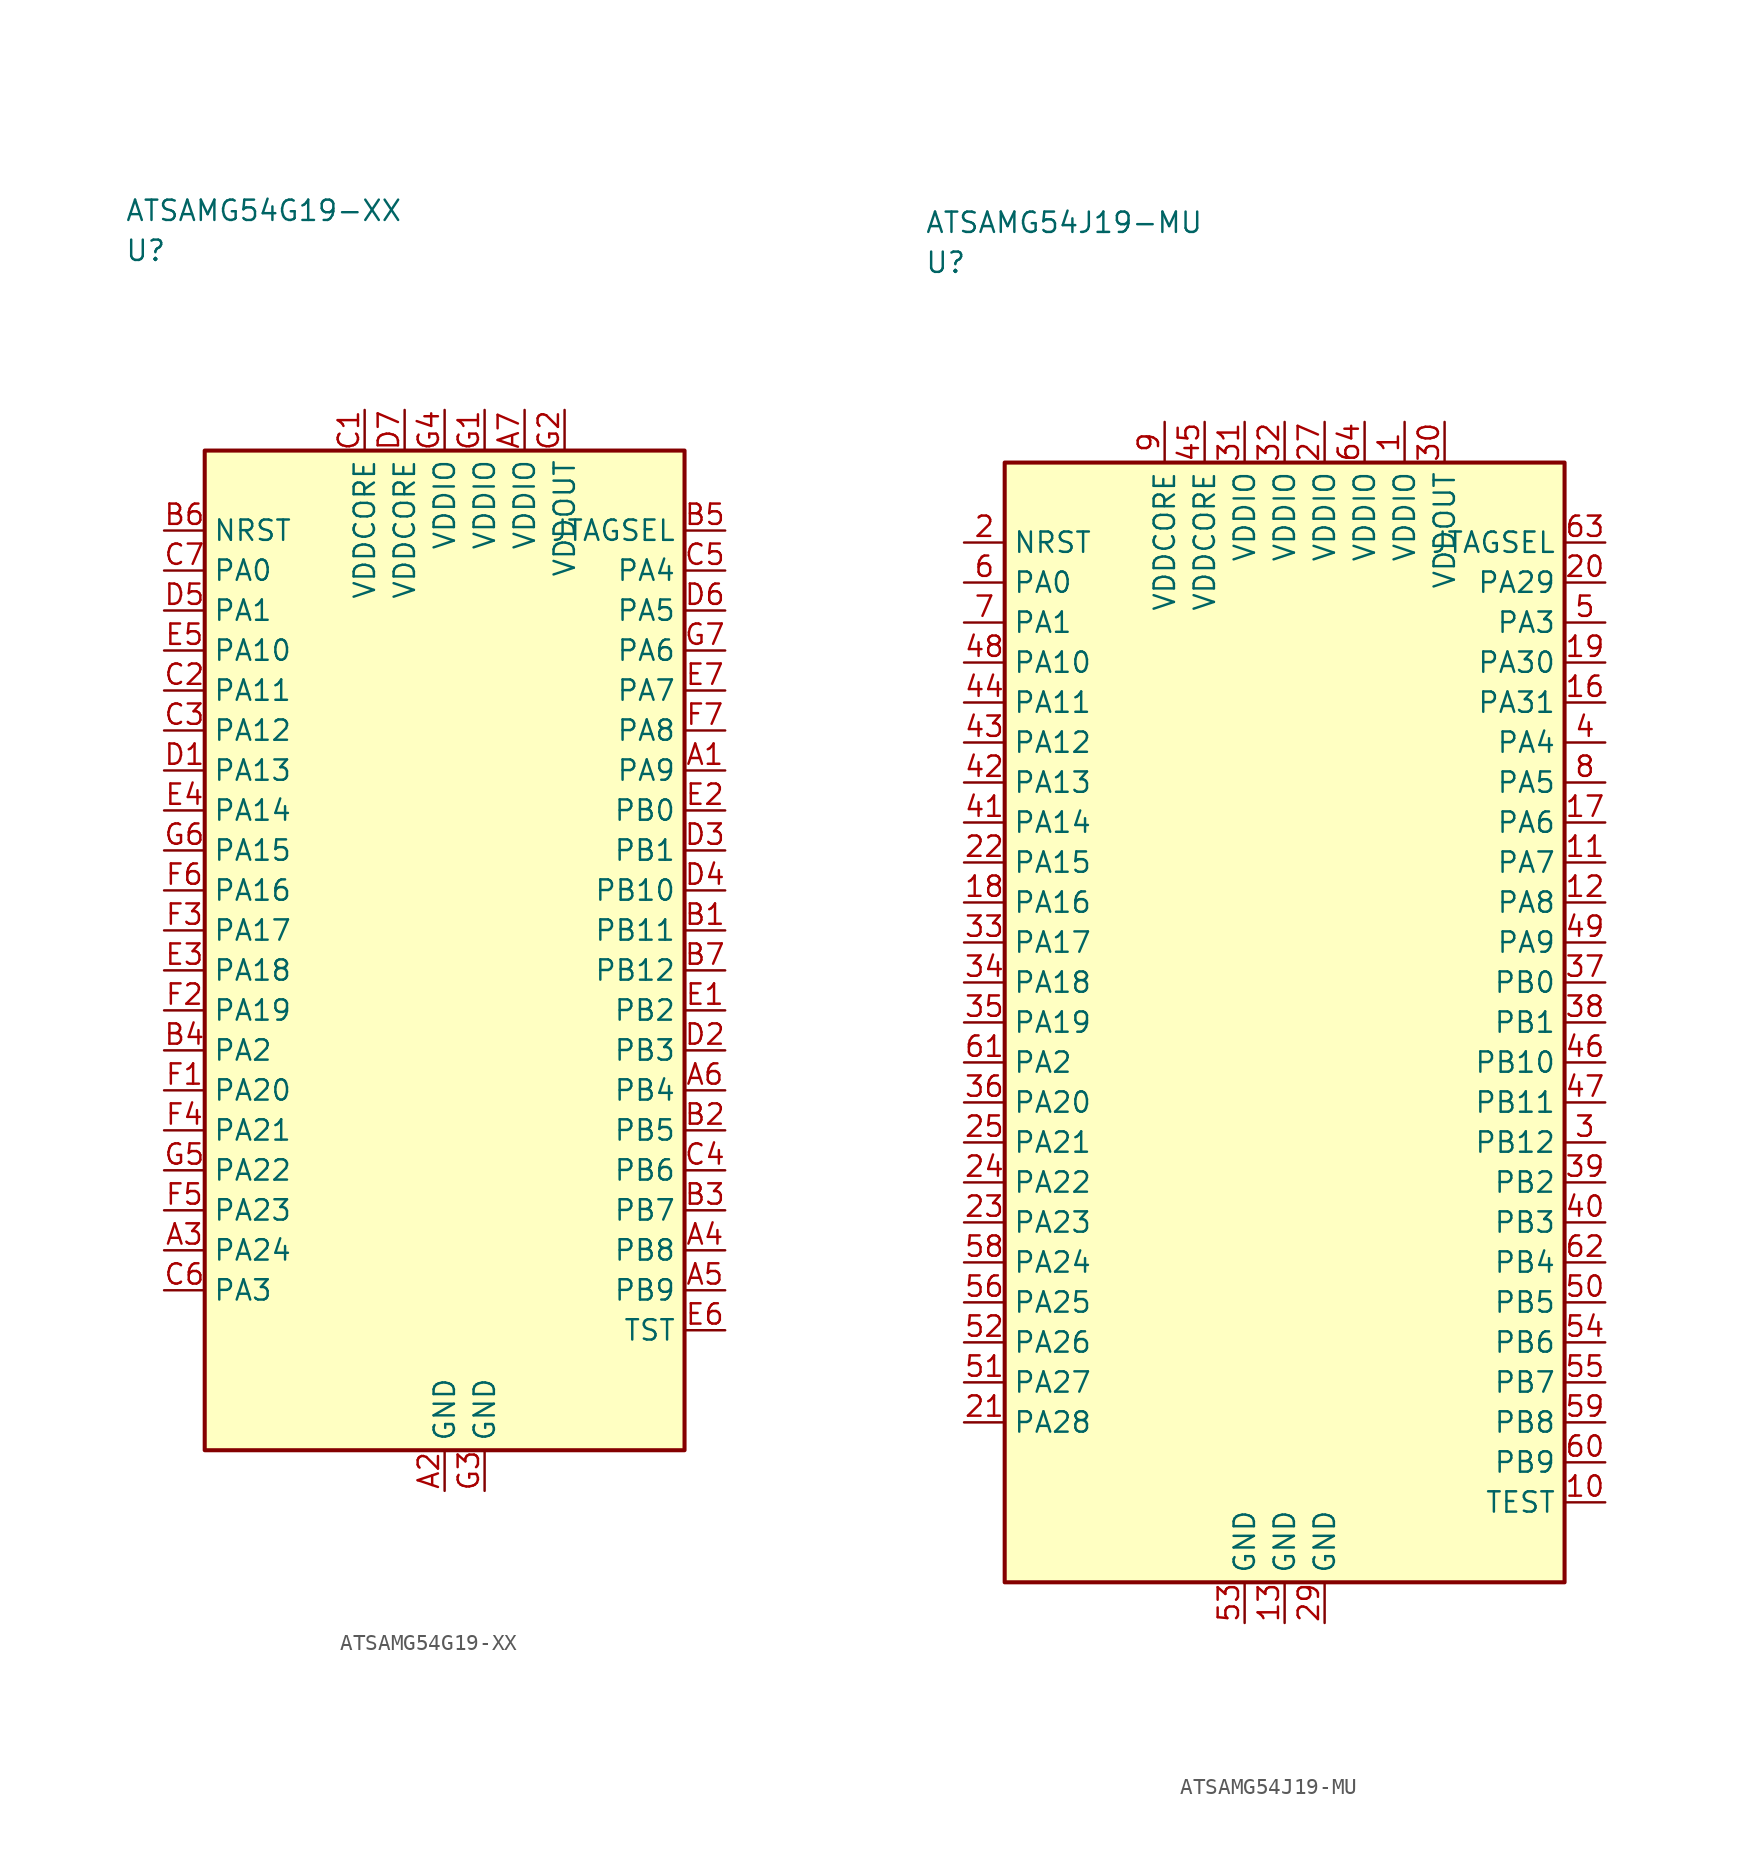
<source format=kicad_sym>
(kicad_symbol_lib
  (version 20241025)
  (generator "kicad_symbol_editor")
  (generator_version "8.0")
  (symbol "ATSAMG54G19-XX"
    (property "Reference" "U"
      (at -20.0 43.75 0)
      (effects (font (size 1.27 1.27)) (justify left)))
    (property "Value" "ATSAMG54G19-XX"
      (at -20.0 46.25 0)
      (effects (font (size 1.27 1.27)) (justify left)))
    (symbol "ATSAMG54G19-XX_0_1"
      (rectangle (start -15.0 31.25) (end 15.0 -31.25) (stroke (width 0.254) (type default)) (fill (type background))))
    (symbol "ATSAMG54G19-XX_1_1"
      (pin bidirectional line (at -17.54 23.75 0.0) (length 2.54) (name "PA0" (effects (font (size 1.27 1.27)))) (number "C7" (effects (font (size 1.27 1.27)))))
      (pin bidirectional line (at -17.54 21.25 0.0) (length 2.54) (name "PA1" (effects (font (size 1.27 1.27)))) (number "D5" (effects (font (size 1.27 1.27)))))
      (pin bidirectional line (at -17.54 -6.25 0.0) (length 2.54) (name "PA2" (effects (font (size 1.27 1.27)))) (number "B4" (effects (font (size 1.27 1.27)))))
      (pin bidirectional line (at -17.54 -21.25 0.0) (length 2.54) (name "PA3" (effects (font (size 1.27 1.27)))) (number "C6" (effects (font (size 1.27 1.27)))))
      (pin bidirectional line (at 17.54 23.75 180.0) (length 2.54) (name "PA4" (effects (font (size 1.27 1.27)))) (number "C5" (effects (font (size 1.27 1.27)))))
      (pin bidirectional line (at 17.54 21.25 180.0) (length 2.54) (name "PA5" (effects (font (size 1.27 1.27)))) (number "D6" (effects (font (size 1.27 1.27)))))
      (pin bidirectional line (at 17.54 18.75 180.0) (length 2.54) (name "PA6" (effects (font (size 1.27 1.27)))) (number "G7" (effects (font (size 1.27 1.27)))))
      (pin bidirectional line (at 17.54 16.25 180.0) (length 2.54) (name "PA7" (effects (font (size 1.27 1.27)))) (number "E7" (effects (font (size 1.27 1.27)))))
      (pin bidirectional line (at 17.54 13.75 180.0) (length 2.54) (name "PA8" (effects (font (size 1.27 1.27)))) (number "F7" (effects (font (size 1.27 1.27)))))
      (pin bidirectional line (at 17.54 11.25 180.0) (length 2.54) (name "PA9" (effects (font (size 1.27 1.27)))) (number "A1" (effects (font (size 1.27 1.27)))))
      (pin bidirectional line (at -17.54 18.75 0.0) (length 2.54) (name "PA10" (effects (font (size 1.27 1.27)))) (number "E5" (effects (font (size 1.27 1.27)))))
      (pin bidirectional line (at -17.54 16.25 0.0) (length 2.54) (name "PA11" (effects (font (size 1.27 1.27)))) (number "C2" (effects (font (size 1.27 1.27)))))
      (pin bidirectional line (at -17.54 13.75 0.0) (length 2.54) (name "PA12" (effects (font (size 1.27 1.27)))) (number "C3" (effects (font (size 1.27 1.27)))))
      (pin bidirectional line (at -17.54 11.25 0.0) (length 2.54) (name "PA13" (effects (font (size 1.27 1.27)))) (number "D1" (effects (font (size 1.27 1.27)))))
      (pin bidirectional line (at -17.54 8.75 0.0) (length 2.54) (name "PA14" (effects (font (size 1.27 1.27)))) (number "E4" (effects (font (size 1.27 1.27)))))
      (pin bidirectional line (at -17.54 6.25 0.0) (length 2.54) (name "PA15" (effects (font (size 1.27 1.27)))) (number "G6" (effects (font (size 1.27 1.27)))))
      (pin bidirectional line (at -17.54 3.75 0.0) (length 2.54) (name "PA16" (effects (font (size 1.27 1.27)))) (number "F6" (effects (font (size 1.27 1.27)))))
      (pin bidirectional line (at -17.54 1.25 0.0) (length 2.54) (name "PA17" (effects (font (size 1.27 1.27)))) (number "F3" (effects (font (size 1.27 1.27)))))
      (pin bidirectional line (at -17.54 -1.25 0.0) (length 2.54) (name "PA18" (effects (font (size 1.27 1.27)))) (number "E3" (effects (font (size 1.27 1.27)))))
      (pin bidirectional line (at -17.54 -3.75 0.0) (length 2.54) (name "PA19" (effects (font (size 1.27 1.27)))) (number "F2" (effects (font (size 1.27 1.27)))))
      (pin bidirectional line (at -17.54 -8.75 0.0) (length 2.54) (name "PA20" (effects (font (size 1.27 1.27)))) (number "F1" (effects (font (size 1.27 1.27)))))
      (pin bidirectional line (at -17.54 -11.25 0.0) (length 2.54) (name "PA21" (effects (font (size 1.27 1.27)))) (number "F4" (effects (font (size 1.27 1.27)))))
      (pin bidirectional line (at -17.54 -13.75 0.0) (length 2.54) (name "PA22" (effects (font (size 1.27 1.27)))) (number "G5" (effects (font (size 1.27 1.27)))))
      (pin bidirectional line (at -17.54 -16.25 0.0) (length 2.54) (name "PA23" (effects (font (size 1.27 1.27)))) (number "F5" (effects (font (size 1.27 1.27)))))
      (pin bidirectional line (at -17.54 -18.75 0.0) (length 2.54) (name "PA24" (effects (font (size 1.27 1.27)))) (number "A3" (effects (font (size 1.27 1.27)))))
      (pin bidirectional line (at 17.54 8.75 180.0) (length 2.54) (name "PB0" (effects (font (size 1.27 1.27)))) (number "E2" (effects (font (size 1.27 1.27)))))
      (pin bidirectional line (at 17.54 6.25 180.0) (length 2.54) (name "PB1" (effects (font (size 1.27 1.27)))) (number "D3" (effects (font (size 1.27 1.27)))))
      (pin bidirectional line (at 17.54 -3.75 180.0) (length 2.54) (name "PB2" (effects (font (size 1.27 1.27)))) (number "E1" (effects (font (size 1.27 1.27)))))
      (pin bidirectional line (at 17.54 -6.25 180.0) (length 2.54) (name "PB3" (effects (font (size 1.27 1.27)))) (number "D2" (effects (font (size 1.27 1.27)))))
      (pin bidirectional line (at 17.54 -8.75 180.0) (length 2.54) (name "PB4" (effects (font (size 1.27 1.27)))) (number "A6" (effects (font (size 1.27 1.27)))))
      (pin bidirectional line (at 17.54 -11.25 180.0) (length 2.54) (name "PB5" (effects (font (size 1.27 1.27)))) (number "B2" (effects (font (size 1.27 1.27)))))
      (pin bidirectional line (at 17.54 -13.75 180.0) (length 2.54) (name "PB6" (effects (font (size 1.27 1.27)))) (number "C4" (effects (font (size 1.27 1.27)))))
      (pin bidirectional line (at 17.54 -16.25 180.0) (length 2.54) (name "PB7" (effects (font (size 1.27 1.27)))) (number "B3" (effects (font (size 1.27 1.27)))))
      (pin bidirectional line (at 17.54 -18.75 180.0) (length 2.54) (name "PB8" (effects (font (size 1.27 1.27)))) (number "A4" (effects (font (size 1.27 1.27)))))
      (pin bidirectional line (at 17.54 -21.25 180.0) (length 2.54) (name "PB9" (effects (font (size 1.27 1.27)))) (number "A5" (effects (font (size 1.27 1.27)))))
      (pin bidirectional line (at 17.54 3.75 180.0) (length 2.54) (name "PB10" (effects (font (size 1.27 1.27)))) (number "D4" (effects (font (size 1.27 1.27)))))
      (pin bidirectional line (at 17.54 1.25 180.0) (length 2.54) (name "PB11" (effects (font (size 1.27 1.27)))) (number "B1" (effects (font (size 1.27 1.27)))))
      (pin bidirectional line (at 17.54 -1.25 180.0) (length 2.54) (name "PB12" (effects (font (size 1.27 1.27)))) (number "B7" (effects (font (size 1.27 1.27)))))
      (pin power_in line (at 7.5 33.79 270.0) (length 2.54) (name "VDDOUT" (effects (font (size 1.27 1.27)))) (number "G2" (effects (font (size 1.27 1.27)))))
      (pin input line (at -17.54 26.25 0.0) (length 2.54) (name "NRST" (effects (font (size 1.27 1.27)))) (number "B6" (effects (font (size 1.27 1.27)))))
      (pin bidirectional line (at 17.54 -23.75 180.0) (length 2.54) (name "TST" (effects (font (size 1.27 1.27)))) (number "E6" (effects (font (size 1.27 1.27)))))
      (pin power_in line (at 0.0 33.79 270.0) (length 2.54) (name "VDDIO" (effects (font (size 1.27 1.27)))) (number "G4" (effects (font (size 1.27 1.27)))))
      (pin power_in line (at 2.5 33.79 270.0) (length 2.54) (name "VDDIO" (effects (font (size 1.27 1.27)))) (number "G1" (effects (font (size 1.27 1.27)))))
      (pin power_in line (at 5.0 33.79 270.0) (length 2.54) (name "VDDIO" (effects (font (size 1.27 1.27)))) (number "A7" (effects (font (size 1.27 1.27)))))
      (pin output line (at 17.54 26.25 180.0) (length 2.54) (name "JTAGSEL" (effects (font (size 1.27 1.27)))) (number "B5" (effects (font (size 1.27 1.27)))))
      (pin power_in line (at -5.0 33.79 270.0) (length 2.54) (name "VDDCORE" (effects (font (size 1.27 1.27)))) (number "C1" (effects (font (size 1.27 1.27)))))
      (pin power_in line (at -2.5 33.79 270.0) (length 2.54) (name "VDDCORE" (effects (font (size 1.27 1.27)))) (number "D7" (effects (font (size 1.27 1.27)))))
      (pin passive line (at 0.0 -33.79 90.0) (length 2.54) (name "GND" (effects (font (size 1.27 1.27)))) (number "A2" (effects (font (size 1.27 1.27)))))
      (pin passive line (at 2.5 -33.79 90.0) (length 2.54) (name "GND" (effects (font (size 1.27 1.27)))) (number "G3" (effects (font (size 1.27 1.27)))))))
  (symbol "ATSAMG54J19-MU"
    (property "Reference" "U"
      (at -22.5 47.5 0)
      (effects (font (size 1.27 1.27)) (justify left)))
    (property "Value" "ATSAMG54J19-MU"
      (at -22.5 50.0 0)
      (effects (font (size 1.27 1.27)) (justify left)))
    (symbol "ATSAMG54J19-MU_0_1"
      (rectangle (start -17.5 35.0) (end 17.5 -35.0) (stroke (width 0.254) (type default)) (fill (type background))))
    (symbol "ATSAMG54J19-MU_1_1"
      (pin bidirectional line (at -20.04 27.5 0.0) (length 2.54) (name "PA0" (effects (font (size 1.27 1.27)))) (number "6" (effects (font (size 1.27 1.27)))))
      (pin bidirectional line (at -20.04 25.0 0.0) (length 2.54) (name "PA1" (effects (font (size 1.27 1.27)))) (number "7" (effects (font (size 1.27 1.27)))))
      (pin bidirectional line (at -20.04 -2.5 0.0) (length 2.54) (name "PA2" (effects (font (size 1.27 1.27)))) (number "61" (effects (font (size 1.27 1.27)))))
      (pin bidirectional line (at 20.04 25.0 180.0) (length 2.54) (name "PA3" (effects (font (size 1.27 1.27)))) (number "5" (effects (font (size 1.27 1.27)))))
      (pin bidirectional line (at 20.04 17.5 180.0) (length 2.54) (name "PA4" (effects (font (size 1.27 1.27)))) (number "4" (effects (font (size 1.27 1.27)))))
      (pin bidirectional line (at 20.04 15.0 180.0) (length 2.54) (name "PA5" (effects (font (size 1.27 1.27)))) (number "8" (effects (font (size 1.27 1.27)))))
      (pin bidirectional line (at 20.04 12.5 180.0) (length 2.54) (name "PA6" (effects (font (size 1.27 1.27)))) (number "17" (effects (font (size 1.27 1.27)))))
      (pin bidirectional line (at 20.04 10.0 180.0) (length 2.54) (name "PA7" (effects (font (size 1.27 1.27)))) (number "11" (effects (font (size 1.27 1.27)))))
      (pin bidirectional line (at 20.04 7.5 180.0) (length 2.54) (name "PA8" (effects (font (size 1.27 1.27)))) (number "12" (effects (font (size 1.27 1.27)))))
      (pin bidirectional line (at 20.04 5.0 180.0) (length 2.54) (name "PA9" (effects (font (size 1.27 1.27)))) (number "49" (effects (font (size 1.27 1.27)))))
      (pin bidirectional line (at -20.04 22.5 0.0) (length 2.54) (name "PA10" (effects (font (size 1.27 1.27)))) (number "48" (effects (font (size 1.27 1.27)))))
      (pin bidirectional line (at -20.04 20.0 0.0) (length 2.54) (name "PA11" (effects (font (size 1.27 1.27)))) (number "44" (effects (font (size 1.27 1.27)))))
      (pin bidirectional line (at -20.04 17.5 0.0) (length 2.54) (name "PA12" (effects (font (size 1.27 1.27)))) (number "43" (effects (font (size 1.27 1.27)))))
      (pin bidirectional line (at -20.04 15.0 0.0) (length 2.54) (name "PA13" (effects (font (size 1.27 1.27)))) (number "42" (effects (font (size 1.27 1.27)))))
      (pin bidirectional line (at -20.04 12.5 0.0) (length 2.54) (name "PA14" (effects (font (size 1.27 1.27)))) (number "41" (effects (font (size 1.27 1.27)))))
      (pin bidirectional line (at -20.04 10.0 0.0) (length 2.54) (name "PA15" (effects (font (size 1.27 1.27)))) (number "22" (effects (font (size 1.27 1.27)))))
      (pin bidirectional line (at -20.04 7.5 0.0) (length 2.54) (name "PA16" (effects (font (size 1.27 1.27)))) (number "18" (effects (font (size 1.27 1.27)))))
      (pin bidirectional line (at -20.04 5.0 0.0) (length 2.54) (name "PA17" (effects (font (size 1.27 1.27)))) (number "33" (effects (font (size 1.27 1.27)))))
      (pin bidirectional line (at -20.04 2.5 0.0) (length 2.54) (name "PA18" (effects (font (size 1.27 1.27)))) (number "34" (effects (font (size 1.27 1.27)))))
      (pin bidirectional line (at -20.04 0.0 0.0) (length 2.54) (name "PA19" (effects (font (size 1.27 1.27)))) (number "35" (effects (font (size 1.27 1.27)))))
      (pin bidirectional line (at -20.04 -5.0 0.0) (length 2.54) (name "PA20" (effects (font (size 1.27 1.27)))) (number "36" (effects (font (size 1.27 1.27)))))
      (pin bidirectional line (at -20.04 -7.5 0.0) (length 2.54) (name "PA21" (effects (font (size 1.27 1.27)))) (number "25" (effects (font (size 1.27 1.27)))))
      (pin bidirectional line (at -20.04 -10.0 0.0) (length 2.54) (name "PA22" (effects (font (size 1.27 1.27)))) (number "24" (effects (font (size 1.27 1.27)))))
      (pin bidirectional line (at -20.04 -12.5 0.0) (length 2.54) (name "PA23" (effects (font (size 1.27 1.27)))) (number "23" (effects (font (size 1.27 1.27)))))
      (pin bidirectional line (at -20.04 -15.0 0.0) (length 2.54) (name "PA24" (effects (font (size 1.27 1.27)))) (number "58" (effects (font (size 1.27 1.27)))))
      (pin bidirectional line (at -20.04 -17.5 0.0) (length 2.54) (name "PA25" (effects (font (size 1.27 1.27)))) (number "56" (effects (font (size 1.27 1.27)))))
      (pin bidirectional line (at -20.04 -20.0 0.0) (length 2.54) (name "PA26" (effects (font (size 1.27 1.27)))) (number "52" (effects (font (size 1.27 1.27)))))
      (pin bidirectional line (at -20.04 -22.5 0.0) (length 2.54) (name "PA27" (effects (font (size 1.27 1.27)))) (number "51" (effects (font (size 1.27 1.27)))))
      (pin bidirectional line (at -20.04 -25.0 0.0) (length 2.54) (name "PA28" (effects (font (size 1.27 1.27)))) (number "21" (effects (font (size 1.27 1.27)))))
      (pin bidirectional line (at 20.04 27.5 180.0) (length 2.54) (name "PA29" (effects (font (size 1.27 1.27)))) (number "20" (effects (font (size 1.27 1.27)))))
      (pin bidirectional line (at 20.04 22.5 180.0) (length 2.54) (name "PA30" (effects (font (size 1.27 1.27)))) (number "19" (effects (font (size 1.27 1.27)))))
      (pin bidirectional line (at 20.04 20.0 180.0) (length 2.54) (name "PA31" (effects (font (size 1.27 1.27)))) (number "16" (effects (font (size 1.27 1.27)))))
      (pin bidirectional line (at 20.04 2.5 180.0) (length 2.54) (name "PB0" (effects (font (size 1.27 1.27)))) (number "37" (effects (font (size 1.27 1.27)))))
      (pin bidirectional line (at 20.04 0.0 180.0) (length 2.54) (name "PB1" (effects (font (size 1.27 1.27)))) (number "38" (effects (font (size 1.27 1.27)))))
      (pin bidirectional line (at 20.04 -10.0 180.0) (length 2.54) (name "PB2" (effects (font (size 1.27 1.27)))) (number "39" (effects (font (size 1.27 1.27)))))
      (pin bidirectional line (at 20.04 -12.5 180.0) (length 2.54) (name "PB3" (effects (font (size 1.27 1.27)))) (number "40" (effects (font (size 1.27 1.27)))))
      (pin bidirectional line (at 20.04 -15.0 180.0) (length 2.54) (name "PB4" (effects (font (size 1.27 1.27)))) (number "62" (effects (font (size 1.27 1.27)))))
      (pin bidirectional line (at 20.04 -17.5 180.0) (length 2.54) (name "PB5" (effects (font (size 1.27 1.27)))) (number "50" (effects (font (size 1.27 1.27)))))
      (pin bidirectional line (at 20.04 -20.0 180.0) (length 2.54) (name "PB6" (effects (font (size 1.27 1.27)))) (number "54" (effects (font (size 1.27 1.27)))))
      (pin bidirectional line (at 20.04 -22.5 180.0) (length 2.54) (name "PB7" (effects (font (size 1.27 1.27)))) (number "55" (effects (font (size 1.27 1.27)))))
      (pin bidirectional line (at 20.04 -25.0 180.0) (length 2.54) (name "PB8" (effects (font (size 1.27 1.27)))) (number "59" (effects (font (size 1.27 1.27)))))
      (pin bidirectional line (at 20.04 -27.5 180.0) (length 2.54) (name "PB9" (effects (font (size 1.27 1.27)))) (number "60" (effects (font (size 1.27 1.27)))))
      (pin bidirectional line (at 20.04 -2.5 180.0) (length 2.54) (name "PB10" (effects (font (size 1.27 1.27)))) (number "46" (effects (font (size 1.27 1.27)))))
      (pin bidirectional line (at 20.04 -5.0 180.0) (length 2.54) (name "PB11" (effects (font (size 1.27 1.27)))) (number "47" (effects (font (size 1.27 1.27)))))
      (pin bidirectional line (at 20.04 -7.5 180.0) (length 2.54) (name "PB12" (effects (font (size 1.27 1.27)))) (number "3" (effects (font (size 1.27 1.27)))))
      (pin power_in line (at 10.0 37.54 270.0) (length 2.54) (name "VDDOUT" (effects (font (size 1.27 1.27)))) (number "30" (effects (font (size 1.27 1.27)))))
      (pin input line (at -20.04 30.0 0.0) (length 2.54) (name "NRST" (effects (font (size 1.27 1.27)))) (number "2" (effects (font (size 1.27 1.27)))))
      (pin bidirectional line (at 20.04 -30.0 180.0) (length 2.54) (name "TEST" (effects (font (size 1.27 1.27)))) (number "10" (effects (font (size 1.27 1.27)))))
      (pin power_in line (at -2.5 37.54 270.0) (length 2.54) (name "VDDIO" (effects (font (size 1.27 1.27)))) (number "31" (effects (font (size 1.27 1.27)))))
      (pin power_in line (at 0.0 37.54 270.0) (length 2.54) (name "VDDIO" (effects (font (size 1.27 1.27)))) (number "32" (effects (font (size 1.27 1.27)))))
      (pin power_in line (at 2.5 37.54 270.0) (length 2.54) (name "VDDIO" (effects (font (size 1.27 1.27)))) (number "27" (effects (font (size 1.27 1.27)))))
      (pin power_in line (at 5.0 37.54 270.0) (length 2.54) (name "VDDIO" (effects (font (size 1.27 1.27)))) (number "64" (effects (font (size 1.27 1.27)))))
      (pin power_in line (at 7.5 37.54 270.0) (length 2.54) (name "VDDIO" (effects (font (size 1.27 1.27)))) (number "1" (effects (font (size 1.27 1.27)))))
      (pin output line (at 20.04 30.0 180.0) (length 2.54) (name "JTAGSEL" (effects (font (size 1.27 1.27)))) (number "63" (effects (font (size 1.27 1.27)))))
      (pin power_in line (at -7.5 37.54 270.0) (length 2.54) (name "VDDCORE" (effects (font (size 1.27 1.27)))) (number "9" (effects (font (size 1.27 1.27)))))
      (pin power_in line (at -5.0 37.54 270.0) (length 2.54) (name "VDDCORE" (effects (font (size 1.27 1.27)))) (number "45" (effects (font (size 1.27 1.27)))))
      (pin passive line (at -2.5 -37.54 90.0) (length 2.54) (name "GND" (effects (font (size 1.27 1.27)))) (number "53" (effects (font (size 1.27 1.27)))))
      (pin passive line (at 0.0 -37.54 90.0) (length 2.54) (name "GND" (effects (font (size 1.27 1.27)))) (number "13" (effects (font (size 1.27 1.27)))))
      (pin passive line (at 2.5 -37.54 90.0) (length 2.54) (name "GND" (effects (font (size 1.27 1.27)))) (number "29" (effects (font (size 1.27 1.27))))))))
</source>
